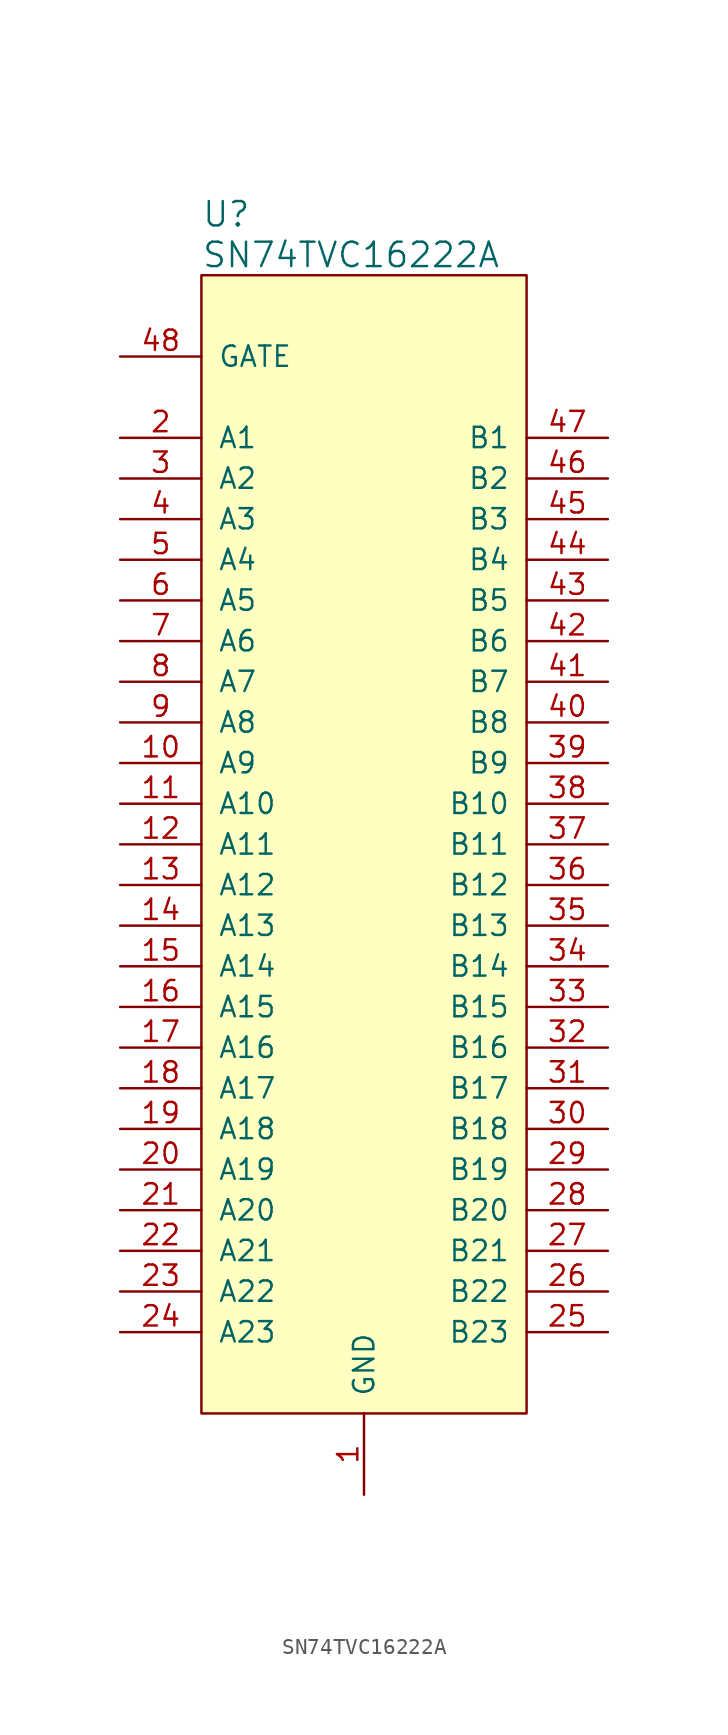
<source format=kicad_sym>
(kicad_symbol_lib
  (version 20211014)
  (generator kicad_symbol_editor)
  (symbol "SN74TVC16222A"
    (pin_names
      (offset 1.016))
    (property "Reference" "U"
      (at 5.08 6.35 0)
      (effects (font (size 1.524 1.524)) (justify left)))
    (property "Value" "SN74TVC16222A"
      (at 5.08 3.81 0)
      (effects (font (size 1.524 1.524)) (justify left)))
    (symbol "SN74TVC16222A_1_1"
      (rectangle (start 5.08 2.54) (end 25.4 -68.58) (stroke (width 0) (type default) (color 0 0 0 0)) (fill (type background)))
      (pin power_in line (at 15.24 -73.66 90) (length 5.08) (name "GND" (effects (font (size 1.27 1.27)))) (number "1" (effects (font (size 1.27 1.27)))))
      (pin tri_state line (at 0 -27.94 0) (length 5.08) (name "A9" (effects (font (size 1.27 1.27)))) (number "10" (effects (font (size 1.27 1.27)))))
      (pin tri_state line (at 0 -30.48 0) (length 5.08) (name "A10" (effects (font (size 1.27 1.27)))) (number "11" (effects (font (size 1.27 1.27)))))
      (pin tri_state line (at 0 -33.02 0) (length 5.08) (name "A11" (effects (font (size 1.27 1.27)))) (number "12" (effects (font (size 1.27 1.27)))))
      (pin tri_state line (at 0 -35.56 0) (length 5.08) (name "A12" (effects (font (size 1.27 1.27)))) (number "13" (effects (font (size 1.27 1.27)))))
      (pin tri_state line (at 0 -38.1 0) (length 5.08) (name "A13" (effects (font (size 1.27 1.27)))) (number "14" (effects (font (size 1.27 1.27)))))
      (pin tri_state line (at 0 -40.64 0) (length 5.08) (name "A14" (effects (font (size 1.27 1.27)))) (number "15" (effects (font (size 1.27 1.27)))))
      (pin tri_state line (at 0 -43.18 0) (length 5.08) (name "A15" (effects (font (size 1.27 1.27)))) (number "16" (effects (font (size 1.27 1.27)))))
      (pin tri_state line (at 0 -45.72 0) (length 5.08) (name "A16" (effects (font (size 1.27 1.27)))) (number "17" (effects (font (size 1.27 1.27)))))
      (pin tri_state line (at 0 -48.26 0) (length 5.08) (name "A17" (effects (font (size 1.27 1.27)))) (number "18" (effects (font (size 1.27 1.27)))))
      (pin tri_state line (at 0 -50.8 0) (length 5.08) (name "A18" (effects (font (size 1.27 1.27)))) (number "19" (effects (font (size 1.27 1.27)))))
      (pin tri_state line (at 0 -7.62 0) (length 5.08) (name "A1" (effects (font (size 1.27 1.27)))) (number "2" (effects (font (size 1.27 1.27)))))
      (pin tri_state line (at 0 -53.34 0) (length 5.08) (name "A19" (effects (font (size 1.27 1.27)))) (number "20" (effects (font (size 1.27 1.27)))))
      (pin tri_state line (at 0 -55.88 0) (length 5.08) (name "A20" (effects (font (size 1.27 1.27)))) (number "21" (effects (font (size 1.27 1.27)))))
      (pin tri_state line (at 0 -58.42 0) (length 5.08) (name "A21" (effects (font (size 1.27 1.27)))) (number "22" (effects (font (size 1.27 1.27)))))
      (pin tri_state line (at 0 -60.96 0) (length 5.08) (name "A22" (effects (font (size 1.27 1.27)))) (number "23" (effects (font (size 1.27 1.27)))))
      (pin tri_state line (at 0 -63.5 0) (length 5.08) (name "A23" (effects (font (size 1.27 1.27)))) (number "24" (effects (font (size 1.27 1.27)))))
      (pin tri_state line (at 30.48 -63.5 180) (length 5.08) (name "B23" (effects (font (size 1.27 1.27)))) (number "25" (effects (font (size 1.27 1.27)))))
      (pin tri_state line (at 30.48 -60.96 180) (length 5.08) (name "B22" (effects (font (size 1.27 1.27)))) (number "26" (effects (font (size 1.27 1.27)))))
      (pin tri_state line (at 30.48 -58.42 180) (length 5.08) (name "B21" (effects (font (size 1.27 1.27)))) (number "27" (effects (font (size 1.27 1.27)))))
      (pin tri_state line (at 30.48 -55.88 180) (length 5.08) (name "B20" (effects (font (size 1.27 1.27)))) (number "28" (effects (font (size 1.27 1.27)))))
      (pin tri_state line (at 30.48 -53.34 180) (length 5.08) (name "B19" (effects (font (size 1.27 1.27)))) (number "29" (effects (font (size 1.27 1.27)))))
      (pin tri_state line (at 0 -10.16 0) (length 5.08) (name "A2" (effects (font (size 1.27 1.27)))) (number "3" (effects (font (size 1.27 1.27)))))
      (pin tri_state line (at 30.48 -50.8 180) (length 5.08) (name "B18" (effects (font (size 1.27 1.27)))) (number "30" (effects (font (size 1.27 1.27)))))
      (pin tri_state line (at 30.48 -48.26 180) (length 5.08) (name "B17" (effects (font (size 1.27 1.27)))) (number "31" (effects (font (size 1.27 1.27)))))
      (pin tri_state line (at 30.48 -45.72 180) (length 5.08) (name "B16" (effects (font (size 1.27 1.27)))) (number "32" (effects (font (size 1.27 1.27)))))
      (pin tri_state line (at 30.48 -43.18 180) (length 5.08) (name "B15" (effects (font (size 1.27 1.27)))) (number "33" (effects (font (size 1.27 1.27)))))
      (pin tri_state line (at 30.48 -40.64 180) (length 5.08) (name "B14" (effects (font (size 1.27 1.27)))) (number "34" (effects (font (size 1.27 1.27)))))
      (pin tri_state line (at 30.48 -38.1 180) (length 5.08) (name "B13" (effects (font (size 1.27 1.27)))) (number "35" (effects (font (size 1.27 1.27)))))
      (pin tri_state line (at 30.48 -35.56 180) (length 5.08) (name "B12" (effects (font (size 1.27 1.27)))) (number "36" (effects (font (size 1.27 1.27)))))
      (pin tri_state line (at 30.48 -33.02 180) (length 5.08) (name "B11" (effects (font (size 1.27 1.27)))) (number "37" (effects (font (size 1.27 1.27)))))
      (pin tri_state line (at 30.48 -30.48 180) (length 5.08) (name "B10" (effects (font (size 1.27 1.27)))) (number "38" (effects (font (size 1.27 1.27)))))
      (pin tri_state line (at 30.48 -27.94 180) (length 5.08) (name "B9" (effects (font (size 1.27 1.27)))) (number "39" (effects (font (size 1.27 1.27)))))
      (pin tri_state line (at 0 -12.7 0) (length 5.08) (name "A3" (effects (font (size 1.27 1.27)))) (number "4" (effects (font (size 1.27 1.27)))))
      (pin tri_state line (at 30.48 -25.4 180) (length 5.08) (name "B8" (effects (font (size 1.27 1.27)))) (number "40" (effects (font (size 1.27 1.27)))))
      (pin tri_state line (at 30.48 -22.86 180) (length 5.08) (name "B7" (effects (font (size 1.27 1.27)))) (number "41" (effects (font (size 1.27 1.27)))))
      (pin tri_state line (at 30.48 -20.32 180) (length 5.08) (name "B6" (effects (font (size 1.27 1.27)))) (number "42" (effects (font (size 1.27 1.27)))))
      (pin tri_state line (at 30.48 -17.78 180) (length 5.08) (name "B5" (effects (font (size 1.27 1.27)))) (number "43" (effects (font (size 1.27 1.27)))))
      (pin tri_state line (at 30.48 -15.24 180) (length 5.08) (name "B4" (effects (font (size 1.27 1.27)))) (number "44" (effects (font (size 1.27 1.27)))))
      (pin tri_state line (at 30.48 -12.7 180) (length 5.08) (name "B3" (effects (font (size 1.27 1.27)))) (number "45" (effects (font (size 1.27 1.27)))))
      (pin tri_state line (at 30.48 -10.16 180) (length 5.08) (name "B2" (effects (font (size 1.27 1.27)))) (number "46" (effects (font (size 1.27 1.27)))))
      (pin tri_state line (at 30.48 -7.62 180) (length 5.08) (name "B1" (effects (font (size 1.27 1.27)))) (number "47" (effects (font (size 1.27 1.27)))))
      (pin power_in line (at 0 -2.54 0) (length 5.08) (name "GATE" (effects (font (size 1.27 1.27)))) (number "48" (effects (font (size 1.27 1.27)))))
      (pin tri_state line (at 0 -15.24 0) (length 5.08) (name "A4" (effects (font (size 1.27 1.27)))) (number "5" (effects (font (size 1.27 1.27)))))
      (pin tri_state line (at 0 -17.78 0) (length 5.08) (name "A5" (effects (font (size 1.27 1.27)))) (number "6" (effects (font (size 1.27 1.27)))))
      (pin tri_state line (at 0 -20.32 0) (length 5.08) (name "A6" (effects (font (size 1.27 1.27)))) (number "7" (effects (font (size 1.27 1.27)))))
      (pin tri_state line (at 0 -22.86 0) (length 5.08) (name "A7" (effects (font (size 1.27 1.27)))) (number "8" (effects (font (size 1.27 1.27)))))
      (pin tri_state line (at 0 -25.4 0) (length 5.08) (name "A8" (effects (font (size 1.27 1.27)))) (number "9" (effects (font (size 1.27 1.27))))))))
</source>
